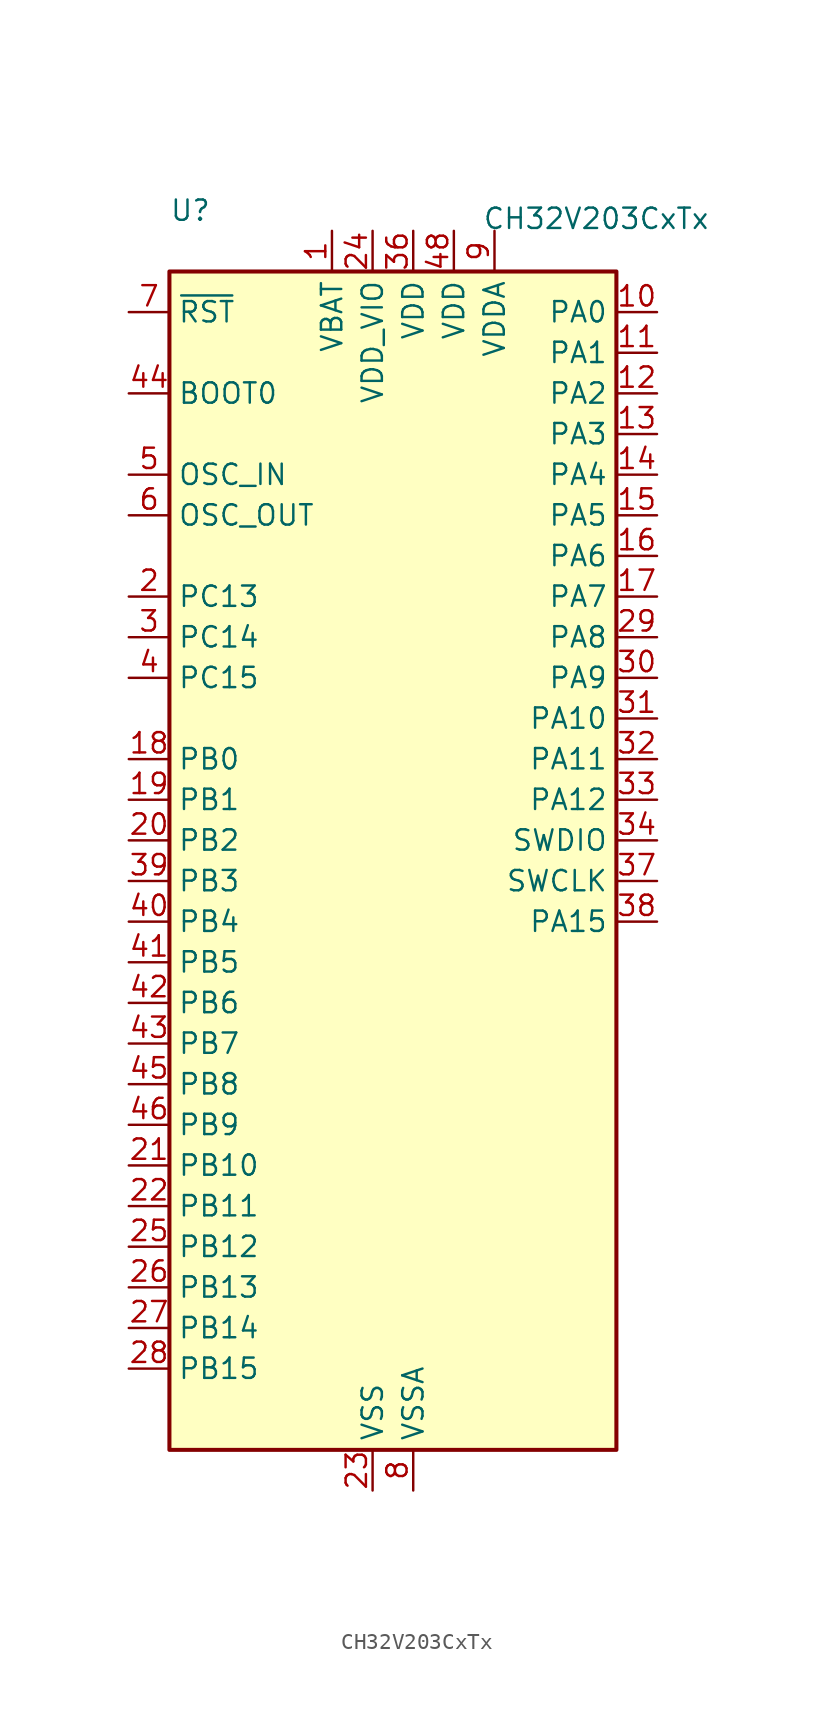
<source format=kicad_sym>
(kicad_symbol_lib
  (version 20231120)
  (generator "kicad_symbol_editor")
  (generator_version "8.0")
  (symbol "CH32V203CxTx"
    (property "Reference" "U"
      (at -12.7 39.37 0)
      (effects (font (size 1.27 1.27)) (justify left)))
    (property "Value" "CH32V203CxTx"
      (at 6.858 38.862 0)
      (effects (font (size 1.27 1.27)) (justify left)))
    (symbol "CH32V203CxTx_0_0"
      (pin power_in line (at -2.54 38.1 270) (length 2.54) (name "VBAT" (effects (font (size 1.27 1.27)))) (number "1" (effects (font (size 1.27 1.27)))))
      (pin power_in line (at 0 -40.64 90) (length 2.54) (name "VSS" (effects (font (size 1.27 1.27)))) (number "23" (effects (font (size 1.27 1.27)))))
      (pin power_in line (at 0 38.1 270) (length 2.54) (name "VDD_VIO" (effects (font (size 1.27 1.27)))) (number "24" (effects (font (size 1.27 1.27)))))
      (pin input line (at -15.24 27.94 0) (length 2.54) (name "BOOT0" (effects (font (size 1.27 1.27)))) (number "44" (effects (font (size 1.27 1.27)))))
      (pin power_in line (at 2.54 -40.64 90) (length 2.54) (name "VSSA" (effects (font (size 1.27 1.27)))) (number "8" (effects (font (size 1.27 1.27)))))
      (pin power_in line (at 7.62 38.1 270) (length 2.54) (name "VDDA" (effects (font (size 1.27 1.27)))) (number "9" (effects (font (size 1.27 1.27))))))
    (symbol "CH32V203CxTx_0_1"
      (rectangle (start -12.7 -38.1) (end 15.24 35.56) (stroke (width 0.254) (type default)) (fill (type background))))
    (symbol "CH32V203CxTx_1_0"
      (pin bidirectional line (at 17.78 33.02 180) (length 2.54) (name "PA0" (effects (font (size 1.27 1.27)))) (number "10" (effects (font (size 1.27 1.27)))) (alternate "ADC_IN0" bidirectional line) (alternate "TIM2_CH1" bidirectional line) (alternate "TIM2_CH1_ETR" bidirectional line) (alternate "TIM2_CH1_ETR_2" bidirectional line) (alternate "TIM2_ETR" bidirectional line) (alternate "USART2_CTS" bidirectional line) (alternate "WKUP" bidirectional line))
      (pin bidirectional line (at 17.78 30.48 180) (length 2.54) (name "PA1" (effects (font (size 1.27 1.27)))) (number "11" (effects (font (size 1.27 1.27)))) (alternate "ADC_IN1" bidirectional line) (alternate "TIM2_CH2" bidirectional line) (alternate "TIM2_CH2_2" bidirectional line) (alternate "USART2_RTS" bidirectional line))
      (pin bidirectional line (at 17.78 27.94 180) (length 2.54) (name "PA2" (effects (font (size 1.27 1.27)))) (number "12" (effects (font (size 1.27 1.27)))) (alternate "ADC_IN2" bidirectional line) (alternate "OPA2_OUT0" bidirectional line) (alternate "TIM2_CH3" bidirectional line) (alternate "TIM2_CH3_1" bidirectional line) (alternate "USART2_TX" bidirectional line))
      (pin bidirectional line (at 17.78 25.4 180) (length 2.54) (name "PA3" (effects (font (size 1.27 1.27)))) (number "13" (effects (font (size 1.27 1.27)))) (alternate "ADC_IN3" bidirectional line) (alternate "OPA1_OUT0" bidirectional line) (alternate "TIM2_CH4" bidirectional line) (alternate "TIM2_CH4_1" bidirectional line) (alternate "USART2_RX" bidirectional line))
      (pin bidirectional line (at 17.78 22.86 180) (length 2.54) (name "PA4" (effects (font (size 1.27 1.27)))) (number "14" (effects (font (size 1.27 1.27)))) (alternate "ADC_IN4" bidirectional line) (alternate "OPA2_OUT1" bidirectional line) (alternate "SPI1_NSS" bidirectional line) (alternate "USART2_CK" bidirectional line))
      (pin bidirectional line (at 17.78 20.32 180) (length 2.54) (name "PA5" (effects (font (size 1.27 1.27)))) (number "15" (effects (font (size 1.27 1.27)))) (alternate "ADC_IN5" bidirectional line) (alternate "OPA2_CH1N" bidirectional line) (alternate "SPI1_SCK" bidirectional line) (alternate "USART4_TX_1" bidirectional line))
      (pin bidirectional line (at 17.78 17.78 180) (length 2.54) (name "PA6" (effects (font (size 1.27 1.27)))) (number "16" (effects (font (size 1.27 1.27)))) (alternate "ADC_IN6" bidirectional line) (alternate "OPA1_CH1N" bidirectional line) (alternate "SPI1_MISO" bidirectional line) (alternate "TIM1_BKIN_1" bidirectional line) (alternate "TIM3_CH1" bidirectional line) (alternate "USART4_CK_1" bidirectional line))
      (pin bidirectional line (at 17.78 15.24 180) (length 2.54) (name "PA7" (effects (font (size 1.27 1.27)))) (number "17" (effects (font (size 1.27 1.27)))) (alternate "ADC_IN7" bidirectional line) (alternate "OPA2_CH1P" bidirectional line) (alternate "SPI1_MOSI" bidirectional line) (alternate "TIM1_CH1N_1" bidirectional line) (alternate "TIM3_CH2" bidirectional line) (alternate "USART4_CTS_1" bidirectional line))
      (pin bidirectional line (at -15.24 5.08 0) (length 2.54) (name "PB0" (effects (font (size 1.27 1.27)))) (number "18" (effects (font (size 1.27 1.27)))) (alternate "ADC_IN8" bidirectional line) (alternate "OPA1_CH1P" bidirectional line) (alternate "TIM1_CH2N_1" bidirectional line) (alternate "TIM3_CH3" bidirectional line) (alternate "TIM3_CH3_2" bidirectional line) (alternate "USART4_TX" bidirectional line))
      (pin bidirectional line (at -15.24 2.54 0) (length 2.54) (name "PB1" (effects (font (size 1.27 1.27)))) (number "19" (effects (font (size 1.27 1.27)))) (alternate "ADC_IN9" bidirectional line) (alternate "OPA1_OUT1" bidirectional line) (alternate "TIM1_CH3N_1" bidirectional line) (alternate "TIM3_CH4" bidirectional line) (alternate "TIM3_CH4_2" bidirectional line) (alternate "UART4_RX" bidirectional line))
      (pin bidirectional line (at -15.24 15.24 0) (length 2.54) (name "PC13" (effects (font (size 1.27 1.27)))) (number "2" (effects (font (size 1.27 1.27)))) (alternate "TAMPER-RTC" bidirectional line))
      (pin bidirectional line (at -15.24 0 0) (length 2.54) (name "PB2" (effects (font (size 1.27 1.27)))) (number "20" (effects (font (size 1.27 1.27)))) (alternate "BOOT1" bidirectional line) (alternate "USART4_CK" bidirectional line))
      (pin bidirectional line (at -15.24 -20.32 0) (length 2.54) (name "PB10" (effects (font (size 1.27 1.27)))) (number "21" (effects (font (size 1.27 1.27)))) (alternate "I2C2_SCL" bidirectional line) (alternate "OPA2_CH0N" bidirectional line) (alternate "TIM2_CH3_2" bidirectional line) (alternate "TIM2_CH3_3" bidirectional line) (alternate "USART3_TX" bidirectional line))
      (pin bidirectional line (at -15.24 -22.86 0) (length 2.54) (name "PB11" (effects (font (size 1.27 1.27)))) (number "22" (effects (font (size 1.27 1.27)))) (alternate "I2C2_SDA" bidirectional line) (alternate "OPA1_CH0N" bidirectional line) (alternate "TIM2_CH4_2" bidirectional line) (alternate "TIM2_CH4_3" bidirectional line) (alternate "USART3_RX" bidirectional line))
      (pin bidirectional line (at -15.24 -25.4 0) (length 2.54) (name "PB12" (effects (font (size 1.27 1.27)))) (number "25" (effects (font (size 1.27 1.27)))) (alternate "I2C2_SMBA" bidirectional line) (alternate "SPI2_NSS" bidirectional line) (alternate "TIM1_BKIN" bidirectional line) (alternate "USART3_CK" bidirectional line))
      (pin bidirectional line (at -15.24 -27.94 0) (length 2.54) (name "PB13" (effects (font (size 1.27 1.27)))) (number "26" (effects (font (size 1.27 1.27)))) (alternate "SPI2_SCK" bidirectional line) (alternate "TIM1_CH1N" bidirectional line) (alternate "USART3_CTS" bidirectional line))
      (pin bidirectional line (at -15.24 -30.48 0) (length 2.54) (name "PB14" (effects (font (size 1.27 1.27)))) (number "27" (effects (font (size 1.27 1.27)))) (alternate "OPA2_CH0P" bidirectional line) (alternate "SPI2_MISO" bidirectional line) (alternate "TIM1_CH2N" bidirectional line) (alternate "USART3_RTS" bidirectional line))
      (pin bidirectional line (at -15.24 -33.02 0) (length 2.54) (name "PB15" (effects (font (size 1.27 1.27)))) (number "28" (effects (font (size 1.27 1.27)))) (alternate "OPA1_CH0P" bidirectional line) (alternate "SPI2_MOSI" bidirectional line) (alternate "TIM1_CH3N" bidirectional line))
      (pin bidirectional line (at 17.78 12.7 180) (length 2.54) (name "PA8" (effects (font (size 1.27 1.27)))) (number "29" (effects (font (size 1.27 1.27)))) (alternate "MCO" bidirectional line) (alternate "TIM1_CH1" bidirectional line) (alternate "TIM1_CH1_1" bidirectional line) (alternate "USART1_CK" bidirectional line) (alternate "USART1_CK_1" bidirectional line))
      (pin bidirectional line (at -15.24 12.7 0) (length 2.54) (name "PC14" (effects (font (size 1.27 1.27)))) (number "3" (effects (font (size 1.27 1.27)))) (alternate "OSC32_IN" bidirectional line))
      (pin bidirectional line (at 17.78 10.16 180) (length 2.54) (name "PA9" (effects (font (size 1.27 1.27)))) (number "30" (effects (font (size 1.27 1.27)))) (alternate "TIM1_CH2" bidirectional line) (alternate "TIM1_CH2_1" bidirectional line) (alternate "USART1_TX" bidirectional line))
      (pin bidirectional line (at 17.78 7.62 180) (length 2.54) (name "PA10" (effects (font (size 1.27 1.27)))) (number "31" (effects (font (size 1.27 1.27)))) (alternate "TIM1_CH3" bidirectional line) (alternate "TIM1_CH3_1" bidirectional line) (alternate "USART1_RX" bidirectional line))
      (pin bidirectional line (at 17.78 5.08 180) (length 2.54) (name "PA11" (effects (font (size 1.27 1.27)))) (number "32" (effects (font (size 1.27 1.27)))) (alternate "CAN1_RX" bidirectional line) (alternate "TIM1_CH4" bidirectional line) (alternate "TIM1_CH4_1" bidirectional line) (alternate "USART1_CTS" bidirectional line) (alternate "USART1_CTS_1" bidirectional line) (alternate "USBDM" bidirectional line))
      (pin bidirectional line (at 17.78 2.54 180) (length 2.54) (name "PA12" (effects (font (size 1.27 1.27)))) (number "33" (effects (font (size 1.27 1.27)))) (alternate "CAN1_TX" bidirectional line) (alternate "TIM1_ETR" bidirectional line) (alternate "TIM1_ETR_1" bidirectional line) (alternate "USART1_RTS" bidirectional line) (alternate "USART1_RTS_1" bidirectional line) (alternate "USBDP" bidirectional line))
      (pin bidirectional line (at 17.78 0 180) (length 2.54) (name "SWDIO" (effects (font (size 1.27 1.27)))) (number "34" (effects (font (size 1.27 1.27)))) (alternate "PA13" bidirectional line))
      (pin passive line (at 0 -40.64 90) (length 2.54) hide (name "VSS" (effects (font (size 1.27 1.27)))) (number "35" (effects (font (size 1.27 1.27)))))
      (pin power_in line (at 2.54 38.1 270) (length 2.54) (name "VDD" (effects (font (size 1.27 1.27)))) (number "36" (effects (font (size 1.27 1.27)))))
      (pin bidirectional line (at 17.78 -2.54 180) (length 2.54) (name "SWCLK" (effects (font (size 1.27 1.27)))) (number "37" (effects (font (size 1.27 1.27)))) (alternate "PA14" bidirectional line))
      (pin bidirectional line (at 17.78 -5.08 180) (length 2.54) (name "PA15" (effects (font (size 1.27 1.27)))) (number "38" (effects (font (size 1.27 1.27)))) (alternate "TIM2_CH13" bidirectional line) (alternate "TIM2_CH1_1" bidirectional line) (alternate "TIM2_ETR_1" bidirectional line) (alternate "TIM2_ETR_3" bidirectional line) (alternate "USART4_RTS_1" bidirectional line))
      (pin bidirectional line (at -15.24 -2.54 0) (length 2.54) (name "PB3" (effects (font (size 1.27 1.27)))) (number "39" (effects (font (size 1.27 1.27)))) (alternate "SPI1_SCK_1" bidirectional line) (alternate "TIM2_CH2_1" bidirectional line) (alternate "TIM2_CH2_3" bidirectional line) (alternate "USART4_CTS" bidirectional line))
      (pin bidirectional line (at -15.24 10.16 0) (length 2.54) (name "PC15" (effects (font (size 1.27 1.27)))) (number "4" (effects (font (size 1.27 1.27)))) (alternate "OSC32_OUT" bidirectional line))
      (pin bidirectional line (at -15.24 -5.08 0) (length 2.54) (name "PB4" (effects (font (size 1.27 1.27)))) (number "40" (effects (font (size 1.27 1.27)))) (alternate "SPI1_MISO" bidirectional line) (alternate "TIM3_CH1_2" bidirectional line) (alternate "USART4_RTS" bidirectional line))
      (pin bidirectional line (at -15.24 -7.62 0) (length 2.54) (name "PB5" (effects (font (size 1.27 1.27)))) (number "41" (effects (font (size 1.27 1.27)))) (alternate "CAN2_RX" bidirectional line) (alternate "SPI1_MOSI_1" bidirectional line) (alternate "TIM3_CH2_2" bidirectional line) (alternate "USART4_RX_1" bidirectional line))
      (pin bidirectional line (at -15.24 -10.16 0) (length 2.54) (name "PB6" (effects (font (size 1.27 1.27)))) (number "42" (effects (font (size 1.27 1.27)))) (alternate "I2C1_SCL" bidirectional line) (alternate "TIM4_CH1" bidirectional line) (alternate "USART1_TX_1" bidirectional line) (alternate "USBFS_DM" bidirectional line))
      (pin bidirectional line (at -15.24 -12.7 0) (length 2.54) (name "PB7" (effects (font (size 1.27 1.27)))) (number "43" (effects (font (size 1.27 1.27)))) (alternate "I2C1_SDA" bidirectional line) (alternate "TIM4_CH2" bidirectional line) (alternate "USART1_RX_1" bidirectional line) (alternate "USBFS_DP" bidirectional line))
      (pin bidirectional line (at -15.24 -15.24 0) (length 2.54) (name "PB8" (effects (font (size 1.27 1.27)))) (number "45" (effects (font (size 1.27 1.27)))) (alternate "CAN1_RX_2" bidirectional line) (alternate "I2C1_SCL_1" bidirectional line) (alternate "TIM4_CH3" bidirectional line))
      (pin bidirectional line (at -15.24 -17.78 0) (length 2.54) (name "PB9" (effects (font (size 1.27 1.27)))) (number "46" (effects (font (size 1.27 1.27)))) (alternate "CAN1_TX_2" bidirectional line) (alternate "I2C1_SDA_1" bidirectional line) (alternate "TIM4_CH4" bidirectional line))
      (pin passive line (at 0 -40.64 90) (length 2.54) hide (name "VSS" (effects (font (size 1.27 1.27)))) (number "47" (effects (font (size 1.27 1.27)))))
      (pin passive line (at 5.08 38.1 270) (length 2.54) (name "VDD" (effects (font (size 1.27 1.27)))) (number "48" (effects (font (size 1.27 1.27)))))
      (pin bidirectional line (at -15.24 22.86 0) (length 2.54) (name "OSC_IN" (effects (font (size 1.27 1.27)))) (number "5" (effects (font (size 1.27 1.27)))) (alternate "PD0" bidirectional line))
      (pin bidirectional line (at -15.24 20.32 0) (length 2.54) (name "OSC_OUT" (effects (font (size 1.27 1.27)))) (number "6" (effects (font (size 1.27 1.27)))) (alternate "PD1" bidirectional line))
      (pin input line (at -15.24 33.02 0) (length 2.54) (name "~{RST}" (effects (font (size 1.27 1.27)))) (number "7" (effects (font (size 1.27 1.27))))))))
</source>
